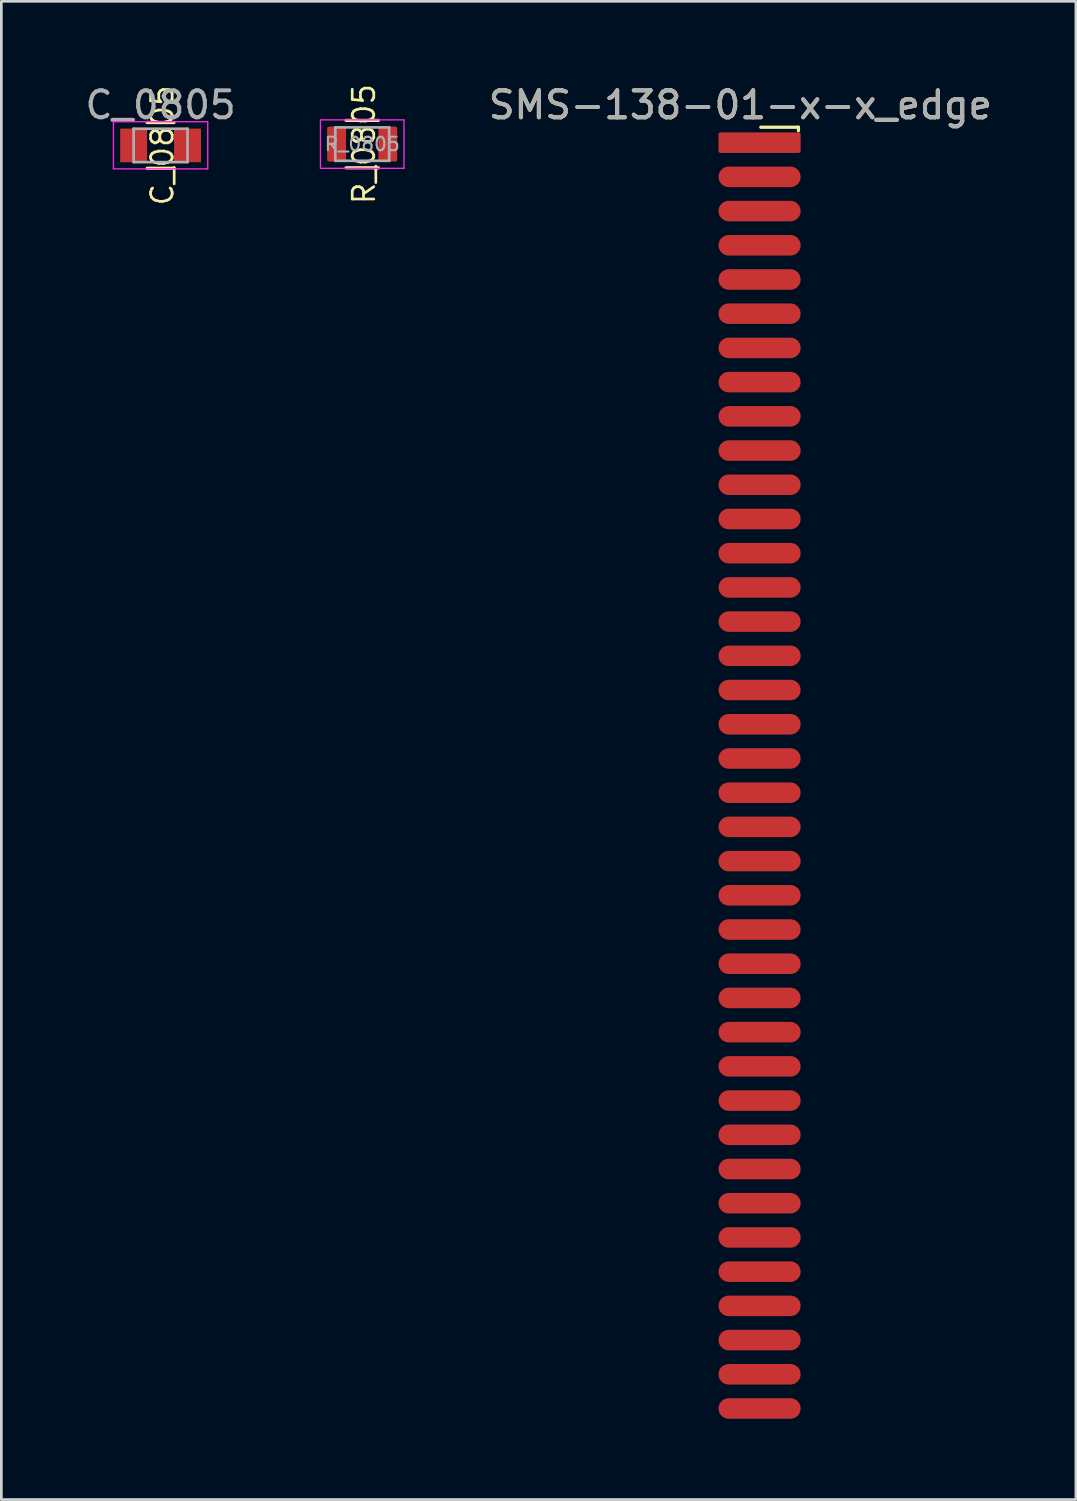
<source format=kicad_pcb>
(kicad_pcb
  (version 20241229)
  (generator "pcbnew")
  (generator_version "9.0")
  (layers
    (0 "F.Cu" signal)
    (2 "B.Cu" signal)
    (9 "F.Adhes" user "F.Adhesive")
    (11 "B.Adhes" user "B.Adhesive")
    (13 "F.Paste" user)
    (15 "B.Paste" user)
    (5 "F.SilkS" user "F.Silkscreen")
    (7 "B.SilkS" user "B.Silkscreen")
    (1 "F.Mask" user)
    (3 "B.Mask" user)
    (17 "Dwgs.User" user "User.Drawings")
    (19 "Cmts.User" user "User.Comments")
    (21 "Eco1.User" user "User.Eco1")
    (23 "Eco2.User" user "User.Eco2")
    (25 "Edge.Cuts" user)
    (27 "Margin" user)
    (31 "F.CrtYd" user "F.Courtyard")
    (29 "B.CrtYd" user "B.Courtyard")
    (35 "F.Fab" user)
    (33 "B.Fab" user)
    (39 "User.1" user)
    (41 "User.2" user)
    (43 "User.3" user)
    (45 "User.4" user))
  (footprint "C_0805"
    (layer "F.Cu")
    (at 2.911 2.348)
    (property "Reference" "C_0805" (at 0.064 0 90) (unlocked yes) (layer "F.SilkS") (effects (font (size 0.8 0.8) (thickness 0.1))))
    (attr smd)
    (fp_line (start -0.5 0.85) (end 0.5 0.85) (stroke (width 0.12) (type solid)) (layer "F.SilkS"))
    (fp_line (start 0.5 -0.85) (end -0.5 -0.85) (stroke (width 0.12) (type solid)) (layer "F.SilkS"))
    (fp_line (start -1.75 -0.88) (end -1.75 0.87) (stroke (width 0.05) (type solid)) (layer "F.CrtYd"))
    (fp_line (start -1.75 -0.88) (end 1.75 -0.88) (stroke (width 0.05) (type solid)) (layer "F.CrtYd"))
    (fp_line (start 1.75 0.87) (end -1.75 0.87) (stroke (width 0.05) (type solid)) (layer "F.CrtYd"))
    (fp_line (start 1.75 0.87) (end 1.75 -0.88) (stroke (width 0.05) (type solid)) (layer "F.CrtYd"))
    (fp_line (start -1 -0.62) (end 1 -0.62) (stroke (width 0.1) (type solid)) (layer "F.Fab"))
    (fp_line (start -1 0.62) (end -1 -0.62) (stroke (width 0.1) (type solid)) (layer "F.Fab"))
    (fp_line (start 1 -0.62) (end 1 0.62) (stroke (width 0.1) (type solid)) (layer "F.Fab"))
    (fp_line (start 1 0.62) (end -1 0.62) (stroke (width 0.1) (type solid)) (layer "F.Fab"))
    (fp_text user "${REFERENCE}" (at 0 -1.5 0) (layer "F.Fab") (effects (font (size 1 1) (thickness 0.15))))
    (pad "1" smd rect (at -1 0) (size 1 1.25) (layers "F.Cu" "F.Mask" "F.Paste"))
    (pad "2" smd rect (at 1 0) (size 1 1.25) (layers "F.Cu" "F.Mask" "F.Paste")))
  (footprint "SMS-138-01-x-x_edge"
    (layer "F.Cu")
    (at 26.716 25.74)
    (property "Reference" "SMS-138-01-x-x_edge" (at -2.286 -24.892 0) (layer "F.SilkS") (effects (font (size 1 1) (thickness 0.15))))
    (attr smd)
    (fp_line (start -0.127 -24.067) (end -1.524 -24.067) (stroke (width 0.12) (type solid)) (layer "F.SilkS"))
    (fp_line (start -0.127 -24.067) (end -0.127 -23.939) (stroke (width 0.12) (type solid)) (layer "F.SilkS"))
    (fp_text user "${REFERENCE}" (at -2.286 -24.892 0) (layer "F.Fab") (effects (font (size 1 1) (thickness 0.15))))
    (pad "1" smd roundrect (at -1.57 -23.495) (size 3.048 0.762) (layers "F.Cu" "F.Mask" "F.Paste") (roundrect_rratio 0.1))
    (pad "2" smd oval (at -1.57 -22.225) (size 3.048 0.762) (layers "F.Cu" "F.Mask" "F.Paste"))
    (pad "3" smd oval (at -1.57 -20.955) (size 3.048 0.762) (layers "F.Cu" "F.Mask" "F.Paste"))
    (pad "4" smd oval (at -1.57 -19.685) (size 3.048 0.762) (layers "F.Cu" "F.Mask" "F.Paste"))
    (pad "5" smd oval (at -1.57 -18.415) (size 3.048 0.762) (layers "F.Cu" "F.Mask" "F.Paste"))
    (pad "6" smd oval (at -1.57 -17.145) (size 3.048 0.762) (layers "F.Cu" "F.Mask" "F.Paste"))
    (pad "7" smd oval (at -1.57 -15.875) (size 3.048 0.762) (layers "F.Cu" "F.Mask" "F.Paste"))
    (pad "8" smd oval (at -1.57 -14.605) (size 3.048 0.762) (layers "F.Cu" "F.Mask" "F.Paste"))
    (pad "9" smd oval (at -1.57 -13.335) (size 3.048 0.762) (layers "F.Cu" "F.Mask" "F.Paste"))
    (pad "10" smd oval (at -1.57 -12.065) (size 3.048 0.762) (layers "F.Cu" "F.Mask" "F.Paste"))
    (pad "11" smd oval (at -1.57 -10.795) (size 3.048 0.762) (layers "F.Cu" "F.Mask" "F.Paste"))
    (pad "12" smd oval (at -1.57 -9.525) (size 3.048 0.762) (layers "F.Cu" "F.Mask" "F.Paste"))
    (pad "13" smd oval (at -1.57 -8.255) (size 3.048 0.762) (layers "F.Cu" "F.Mask" "F.Paste"))
    (pad "14" smd oval (at -1.57 -6.985) (size 3.048 0.762) (layers "F.Cu" "F.Mask" "F.Paste"))
    (pad "15" smd oval (at -1.57 -5.715) (size 3.048 0.762) (layers "F.Cu" "F.Mask" "F.Paste"))
    (pad "16" smd oval (at -1.57 -4.445) (size 3.048 0.762) (layers "F.Cu" "F.Mask" "F.Paste"))
    (pad "17" smd oval (at -1.57 -3.175) (size 3.048 0.762) (layers "F.Cu" "F.Mask" "F.Paste"))
    (pad "18" smd oval (at -1.57 -1.905) (size 3.048 0.762) (layers "F.Cu" "F.Mask" "F.Paste"))
    (pad "19" smd oval (at -1.57 -0.635) (size 3.048 0.762) (layers "F.Cu" "F.Mask" "F.Paste"))
    (pad "20" smd oval (at -1.57 0.635) (size 3.048 0.762) (layers "F.Cu" "F.Mask" "F.Paste"))
    (pad "21" smd oval (at -1.57 1.905) (size 3.048 0.762) (layers "F.Cu" "F.Mask" "F.Paste"))
    (pad "22" smd oval (at -1.57 3.175) (size 3.048 0.762) (layers "F.Cu" "F.Mask" "F.Paste"))
    (pad "23" smd oval (at -1.57 4.445) (size 3.048 0.762) (layers "F.Cu" "F.Mask" "F.Paste"))
    (pad "24" smd oval (at -1.57 5.715) (size 3.048 0.762) (layers "F.Cu" "F.Mask" "F.Paste"))
    (pad "25" smd oval (at -1.57 6.985) (size 3.048 0.762) (layers "F.Cu" "F.Mask" "F.Paste"))
    (pad "26" smd oval (at -1.57 8.255) (size 3.048 0.762) (layers "F.Cu" "F.Mask" "F.Paste"))
    (pad "27" smd oval (at -1.57 9.525) (size 3.048 0.762) (layers "F.Cu" "F.Mask" "F.Paste"))
    (pad "28" smd oval (at -1.57 10.795) (size 3.048 0.762) (layers "F.Cu" "F.Mask" "F.Paste"))
    (pad "29" smd oval (at -1.57 12.065) (size 3.048 0.762) (layers "F.Cu" "F.Mask" "F.Paste"))
    (pad "30" smd oval (at -1.57 13.335) (size 3.048 0.762) (layers "F.Cu" "F.Mask" "F.Paste"))
    (pad "31" smd oval (at -1.57 14.605) (size 3.048 0.762) (layers "F.Cu" "F.Mask" "F.Paste"))
    (pad "32" smd oval (at -1.57 15.875) (size 3.048 0.762) (layers "F.Cu" "F.Mask" "F.Paste"))
    (pad "33" smd oval (at -1.57 17.145) (size 3.048 0.762) (layers "F.Cu" "F.Mask" "F.Paste"))
    (pad "34" smd oval (at -1.57 18.415) (size 3.048 0.762) (layers "F.Cu" "F.Mask" "F.Paste"))
    (pad "35" smd oval (at -1.57 19.685) (size 3.048 0.762) (layers "F.Cu" "F.Mask" "F.Paste"))
    (pad "36" smd oval (at -1.57 20.955) (size 3.048 0.762) (layers "F.Cu" "F.Mask" "F.Paste"))
    (pad "37" smd oval (at -1.57 22.225) (size 3.048 0.762) (layers "F.Cu" "F.Mask" "F.Paste"))
    (pad "38" smd oval (at -1.57 23.495) (size 3.048 0.762) (layers "F.Cu" "F.Mask" "F.Paste")))
  (footprint "R_0805"
    (layer "F.Cu")
    (at 10.396 2.299)
    (property "Reference" "R_0805" (at 0.064 0 90) (unlocked yes) (layer "F.SilkS") (effects (font (size 0.8 0.8) (thickness 0.1))))
    (attr smd)
    (fp_line (start -0.6 -0.88) (end 0.6 -0.88) (stroke (width 0.12) (type solid)) (layer "F.SilkS"))
    (fp_line (start 0.6 0.88) (end -0.6 0.88) (stroke (width 0.12) (type solid)) (layer "F.SilkS"))
    (fp_line (start -1.55 -0.9) (end -1.55 0.9) (stroke (width 0.05) (type solid)) (layer "F.CrtYd"))
    (fp_line (start -1.55 -0.9) (end 1.55 -0.9) (stroke (width 0.05) (type solid)) (layer "F.CrtYd"))
    (fp_line (start 1.55 0.9) (end -1.55 0.9) (stroke (width 0.05) (type solid)) (layer "F.CrtYd"))
    (fp_line (start 1.55 0.9) (end 1.55 -0.9) (stroke (width 0.05) (type solid)) (layer "F.CrtYd"))
    (fp_line (start -1 -0.62) (end 1 -0.62) (stroke (width 0.1) (type solid)) (layer "F.Fab"))
    (fp_line (start -1 0.62) (end -1 -0.62) (stroke (width 0.1) (type solid)) (layer "F.Fab"))
    (fp_line (start 1 -0.62) (end 1 0.62) (stroke (width 0.1) (type solid)) (layer "F.Fab"))
    (fp_line (start 1 0.62) (end -1 0.62) (stroke (width 0.1) (type solid)) (layer "F.Fab"))
    (fp_text user "${REFERENCE}" (at 0 0 0) (layer "F.Fab") (effects (font (size 0.5 0.5) (thickness 0.075))))
    (pad "1" smd roundrect (at -0.95 0) (size 0.7 1.3) (layers "F.Cu" "F.Mask" "F.Paste") (roundrect_rratio 0.1))
    (pad "2" smd roundrect (at 0.95 0) (size 0.7 1.3) (layers "F.Cu" "F.Mask" "F.Paste") (roundrect_rratio 0.1)))
  (gr_rect
    (start -3 -3)
    (end 36.888 52.616)
    (stroke (width 0.1) (type default))
    (fill no)
    (layer "Edge.Cuts")))
</source>
